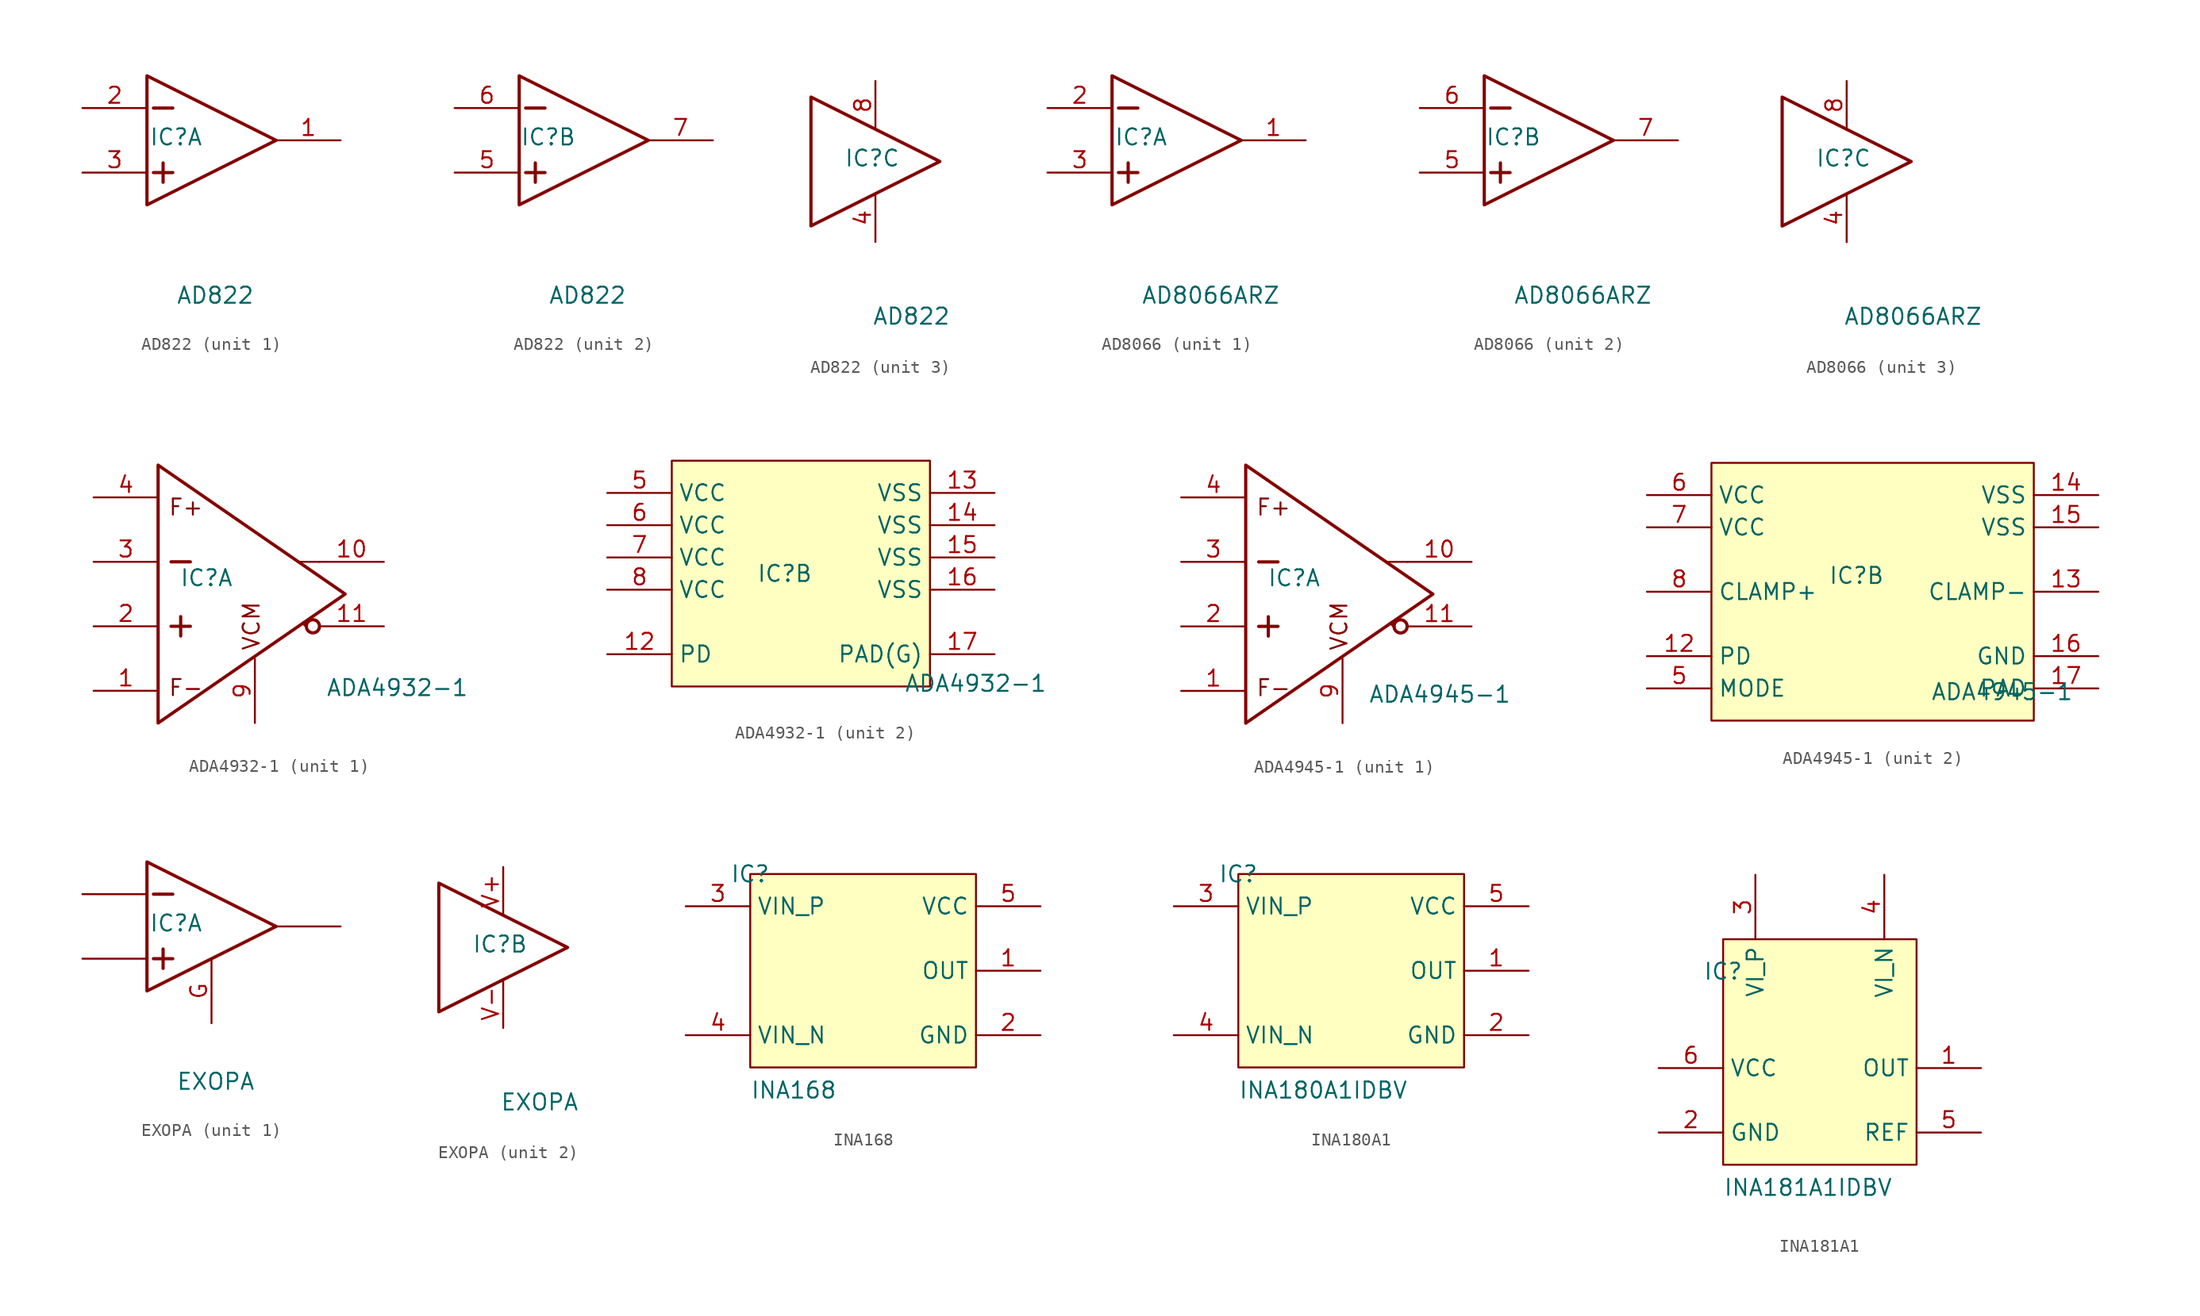
<source format=kicad_sym>
(kicad_symbol_lib
  (version 20231120)
  (generator "kicad_symbol_editor")
  (generator_version "8.0")
  (symbol "AD822"
    (property "Reference" "IC"
      (at -0.254 0.254 0)
      (effects (font (size 1.27 1.27))))
    (property "Value" "AD822"
      (at -0.254 -12.954 0)
      (effects (font (size 1.27 1.27)) (justify left bottom)))
    (symbol "AD822_1_0"
      (polyline (pts (xy -2.032 -2.54) (xy -0.508 -2.54)) (stroke (width 0.254) (type solid)) (fill (type none)))
      (polyline (pts (xy -2.032 2.54) (xy -0.508 2.54)) (stroke (width 0.254) (type solid)) (fill (type none)))
      (polyline (pts (xy -1.27 -1.778) (xy -1.27 -3.302)) (stroke (width 0.254) (type solid)) (fill (type none)))
      (polyline (pts (xy -2.54 -5.08) (xy -2.54 5.08) (xy 7.62 0) (xy -2.54 -5.08)) (stroke (width 0.254) (type solid)) (fill (type none)))
      (pin passive line (at 12.7 0 180) (length 5.08) (name "OUT" (effects (font (size 0 0)))) (number "1" (effects (font (size 1.27 1.27)))))
      (pin passive line (at -7.62 2.54 0) (length 5.08) (name "IN-" (effects (font (size 0 0)))) (number "2" (effects (font (size 1.27 1.27)))))
      (pin passive line (at -7.62 -2.54 0) (length 5.08) (name "IN+" (effects (font (size 0 0)))) (number "3" (effects (font (size 1.27 1.27))))))
    (symbol "AD822_2_0"
      (polyline (pts (xy -2.032 -2.54) (xy -0.508 -2.54)) (stroke (width 0.254) (type solid)) (fill (type none)))
      (polyline (pts (xy -2.032 2.54) (xy -0.508 2.54)) (stroke (width 0.254) (type solid)) (fill (type none)))
      (polyline (pts (xy -1.27 -1.778) (xy -1.27 -3.302)) (stroke (width 0.254) (type solid)) (fill (type none)))
      (polyline (pts (xy -2.54 -5.08) (xy -2.54 5.08) (xy 7.62 0) (xy -2.54 -5.08)) (stroke (width 0.254) (type solid)) (fill (type none)))
      (pin passive line (at -7.62 -2.54 0) (length 5.08) (name "IN+" (effects (font (size 0 0)))) (number "5" (effects (font (size 1.27 1.27)))))
      (pin passive line (at -7.62 2.54 0) (length 5.08) (name "IN-" (effects (font (size 0 0)))) (number "6" (effects (font (size 1.27 1.27)))))
      (pin passive line (at 12.7 0 180) (length 5.08) (name "OUT" (effects (font (size 0 0)))) (number "7" (effects (font (size 1.27 1.27))))))
    (symbol "AD822_3_0"
      (polyline (pts (xy -5.08 -5.08) (xy -5.08 5.08) (xy 5.08 0) (xy -5.08 -5.08)) (stroke (width 0.254) (type solid)) (fill (type none)))
      (pin power_in line (at 0 -6.35 90) (length 3.81) (name "V-" (effects (font (size 0 0)))) (number "4" (effects (font (size 1.27 1.27)))))
      (pin power_in line (at 0 6.35 270) (length 3.81) (name "V+" (effects (font (size 0 0)))) (number "8" (effects (font (size 1.27 1.27)))))))
  (symbol "AD8066"
    (property "Reference" "IC"
      (at -0.254 0.254 0)
      (effects (font (size 1.27 1.27))))
    (property "Value" "AD8066ARZ"
      (at -0.254 -12.954 0)
      (effects (font (size 1.27 1.27)) (justify left bottom)))
    (symbol "AD8066_1_0"
      (polyline (pts (xy -2.032 -2.54) (xy -0.508 -2.54)) (stroke (width 0.254) (type solid)) (fill (type none)))
      (polyline (pts (xy -2.032 2.54) (xy -0.508 2.54)) (stroke (width 0.254) (type solid)) (fill (type none)))
      (polyline (pts (xy -1.27 -1.778) (xy -1.27 -3.302)) (stroke (width 0.254) (type solid)) (fill (type none)))
      (polyline (pts (xy -2.54 -5.08) (xy -2.54 5.08) (xy 7.62 0) (xy -2.54 -5.08)) (stroke (width 0.254) (type solid)) (fill (type none)))
      (pin passive line (at 12.7 0 180) (length 5.08) (name "OUT" (effects (font (size 0 0)))) (number "1" (effects (font (size 1.27 1.27)))))
      (pin passive line (at -7.62 2.54 0) (length 5.08) (name "IN-" (effects (font (size 0 0)))) (number "2" (effects (font (size 1.27 1.27)))))
      (pin passive line (at -7.62 -2.54 0) (length 5.08) (name "IN+" (effects (font (size 0 0)))) (number "3" (effects (font (size 1.27 1.27))))))
    (symbol "AD8066_2_0"
      (polyline (pts (xy -2.032 -2.54) (xy -0.508 -2.54)) (stroke (width 0.254) (type solid)) (fill (type none)))
      (polyline (pts (xy -2.032 2.54) (xy -0.508 2.54)) (stroke (width 0.254) (type solid)) (fill (type none)))
      (polyline (pts (xy -1.27 -1.778) (xy -1.27 -3.302)) (stroke (width 0.254) (type solid)) (fill (type none)))
      (polyline (pts (xy -2.54 -5.08) (xy -2.54 5.08) (xy 7.62 0) (xy -2.54 -5.08)) (stroke (width 0.254) (type solid)) (fill (type none)))
      (pin passive line (at -7.62 -2.54 0) (length 5.08) (name "IN+" (effects (font (size 0 0)))) (number "5" (effects (font (size 1.27 1.27)))))
      (pin passive line (at -7.62 2.54 0) (length 5.08) (name "IN-" (effects (font (size 0 0)))) (number "6" (effects (font (size 1.27 1.27)))))
      (pin passive line (at 12.7 0 180) (length 5.08) (name "OUT" (effects (font (size 0 0)))) (number "7" (effects (font (size 1.27 1.27))))))
    (symbol "AD8066_3_0"
      (polyline (pts (xy -5.08 -5.08) (xy -5.08 5.08) (xy 5.08 0) (xy -5.08 -5.08)) (stroke (width 0.254) (type solid)) (fill (type none)))
      (pin power_in line (at 0 -6.35 90) (length 3.81) (name "V-" (effects (font (size 0 0)))) (number "4" (effects (font (size 1.27 1.27)))))
      (pin power_in line (at 0 6.35 270) (length 3.81) (name "V+" (effects (font (size 0 0)))) (number "8" (effects (font (size 1.27 1.27)))))))
  (symbol "ADA4932-1"
    (property "Reference" "IC"
      (at -1.27 1.27 0)
      (effects (font (size 1.27 1.27))))
    (property "Value" "ADA4932-1"
      (at 8.128 -8.128 0)
      (effects (font (size 1.27 1.27)) (justify left bottom)))
    (symbol "ADA4932-1_1_0"
      (polyline (pts (xy -4.064 -2.54) (xy -2.54 -2.54)) (stroke (width 0.254) (type solid)) (fill (type none)))
      (polyline (pts (xy -4.064 2.54) (xy -2.54 2.54)) (stroke (width 0.254) (type solid)) (fill (type none)))
      (polyline (pts (xy -3.302 -1.778) (xy -3.302 -3.302)) (stroke (width 0.254) (type solid)) (fill (type none)))
      (polyline (pts (xy 6.604 -2.54) (xy 6.35 -2.286)) (stroke (width 0.254) (type solid)) (fill (type none)))
      (polyline (pts (xy 7.62 2.54) (xy 6.096 2.54)) (stroke (width 0) (type solid)) (fill (type none)))
      (polyline (pts (xy -5.08 -10.16) (xy 9.652 0) (xy -5.08 10.16) (xy -5.08 -10.16)) (stroke (width 0.254) (type solid)) (fill (type none)))
      (circle (center 7.112 -2.54) (radius 0.517) (stroke (width 0.254) (type solid)) (fill (type none)))
      (text "F+" (at -4.318 6.096 0) (effects (font (size 1.27 1.27)) (justify left bottom)))
      (text "F-" (at -4.318 -8.128 0) (effects (font (size 1.27 1.27)) (justify left bottom)))
      (text "VCM" (at 1.524 -0.508 900) (effects (font (size 1.27 1.27)) (justify right top)))
      (pin passive line (at -10.16 -7.62 0) (length 5.08) (name "FB-" (effects (font (size 0 0)))) (number "1" (effects (font (size 1.27 1.27)))))
      (pin passive line (at 12.7 2.54 180) (length 5.08) (name "VOUT+" (effects (font (size 0 0)))) (number "10" (effects (font (size 1.27 1.27)))))
      (pin passive line (at 12.7 -2.54 180) (length 5.08) (name "VOUT-" (effects (font (size 0 0)))) (number "11" (effects (font (size 1.27 1.27)))))
      (pin passive line (at -10.16 -2.54 0) (length 5.08) (name "VIN+" (effects (font (size 0 0)))) (number "2" (effects (font (size 1.27 1.27)))))
      (pin passive line (at -10.16 2.54 0) (length 5.08) (name "VIN-" (effects (font (size 0 0)))) (number "3" (effects (font (size 1.27 1.27)))))
      (pin passive line (at -10.16 7.62 0) (length 5.08) (name "FB+" (effects (font (size 0 0)))) (number "4" (effects (font (size 1.27 1.27)))))
      (pin passive line (at 2.54 -10.16 90) (length 5.08) (name "VOCM" (effects (font (size 0 0)))) (number "9" (effects (font (size 1.27 1.27))))))
    (symbol "ADA4932-1_2_0"
      (rectangle (start -10.16 10.16) (end 10.16 -7.62) (stroke (width 0) (type solid) (color 128 0 0 1)) (fill (type background)))
      (pin passive line (at -15.24 -5.08 0) (length 5.08) (name "PD" (effects (font (size 1.27 1.27)))) (number "12" (effects (font (size 1.27 1.27)))))
      (pin passive line (at 15.24 7.62 180) (length 5.08) (name "VSS" (effects (font (size 1.27 1.27)))) (number "13" (effects (font (size 1.27 1.27)))))
      (pin passive line (at 15.24 5.08 180) (length 5.08) (name "VSS" (effects (font (size 1.27 1.27)))) (number "14" (effects (font (size 1.27 1.27)))))
      (pin passive line (at 15.24 2.54 180) (length 5.08) (name "VSS" (effects (font (size 1.27 1.27)))) (number "15" (effects (font (size 1.27 1.27)))))
      (pin passive line (at 15.24 0 180) (length 5.08) (name "VSS" (effects (font (size 1.27 1.27)))) (number "16" (effects (font (size 1.27 1.27)))))
      (pin passive line (at 15.24 -5.08 180) (length 5.08) (name "PAD(G)" (effects (font (size 1.27 1.27)))) (number "17" (effects (font (size 1.27 1.27)))))
      (pin passive line (at -15.24 7.62 0) (length 5.08) (name "VCC" (effects (font (size 1.27 1.27)))) (number "5" (effects (font (size 1.27 1.27)))))
      (pin passive line (at -15.24 5.08 0) (length 5.08) (name "VCC" (effects (font (size 1.27 1.27)))) (number "6" (effects (font (size 1.27 1.27)))))
      (pin passive line (at -15.24 2.54 0) (length 5.08) (name "VCC" (effects (font (size 1.27 1.27)))) (number "7" (effects (font (size 1.27 1.27)))))
      (pin passive line (at -15.24 0 0) (length 5.08) (name "VCC" (effects (font (size 1.27 1.27)))) (number "8" (effects (font (size 1.27 1.27)))))))
  (symbol "ADA4945-1"
    (property "Reference" "IC"
      (at -1.27 1.27 0)
      (effects (font (size 1.27 1.27))))
    (property "Value" "ADA4945-1"
      (at 4.572 -8.636 0)
      (effects (font (size 1.27 1.27)) (justify left bottom)))
    (symbol "ADA4945-1_1_0"
      (polyline (pts (xy -4.064 -2.54) (xy -2.54 -2.54)) (stroke (width 0.254) (type solid)) (fill (type none)))
      (polyline (pts (xy -4.064 2.54) (xy -2.54 2.54)) (stroke (width 0.254) (type solid)) (fill (type none)))
      (polyline (pts (xy -3.302 -1.778) (xy -3.302 -3.302)) (stroke (width 0.254) (type solid)) (fill (type none)))
      (polyline (pts (xy 6.604 -2.54) (xy 6.35 -2.286)) (stroke (width 0.254) (type solid)) (fill (type none)))
      (polyline (pts (xy 7.62 2.54) (xy 6.096 2.54)) (stroke (width 0) (type solid)) (fill (type none)))
      (polyline (pts (xy -5.08 -10.16) (xy 9.652 0) (xy -5.08 10.16) (xy -5.08 -10.16)) (stroke (width 0.254) (type solid)) (fill (type none)))
      (circle (center 7.112 -2.54) (radius 0.517) (stroke (width 0.254) (type solid)) (fill (type none)))
      (text "F+" (at -4.318 6.096 0) (effects (font (size 1.27 1.27)) (justify left bottom)))
      (text "F-" (at -4.318 -8.128 0) (effects (font (size 1.27 1.27)) (justify left bottom)))
      (text "VCM" (at 1.524 -0.508 900) (effects (font (size 1.27 1.27)) (justify right top)))
      (pin passive line (at -10.16 -7.62 0) (length 5.08) (name "FB-" (effects (font (size 0 0)))) (number "1" (effects (font (size 1.27 1.27)))))
      (pin passive line (at 12.7 2.54 180) (length 5.08) (name "VOUT+" (effects (font (size 0 0)))) (number "10" (effects (font (size 1.27 1.27)))))
      (pin passive line (at 12.7 -2.54 180) (length 5.08) (name "VOUT-" (effects (font (size 0 0)))) (number "11" (effects (font (size 1.27 1.27)))))
      (pin passive line (at -10.16 -2.54 0) (length 5.08) (name "VIN+" (effects (font (size 0 0)))) (number "2" (effects (font (size 1.27 1.27)))))
      (pin passive line (at -10.16 2.54 0) (length 5.08) (name "VIN-" (effects (font (size 0 0)))) (number "3" (effects (font (size 1.27 1.27)))))
      (pin passive line (at -10.16 7.62 0) (length 5.08) (name "FB+" (effects (font (size 0 0)))) (number "4" (effects (font (size 1.27 1.27)))))
      (pin passive line (at 2.54 -10.16 90) (length 5.08) (name "VOCM" (effects (font (size 0 0)))) (number "9" (effects (font (size 1.27 1.27))))))
    (symbol "ADA4945-1_2_0"
      (rectangle (start -12.7 10.16) (end 12.7 -10.16) (stroke (width 0) (type solid) (color 128 0 0 1)) (fill (type background)))
      (pin passive line (at -17.78 -5.08 0) (length 5.08) (name "PD" (effects (font (size 1.27 1.27)))) (number "12" (effects (font (size 1.27 1.27)))))
      (pin passive line (at 17.78 0 180) (length 5.08) (name "CLAMP-" (effects (font (size 1.27 1.27)))) (number "13" (effects (font (size 1.27 1.27)))))
      (pin passive line (at 17.78 7.62 180) (length 5.08) (name "VSS" (effects (font (size 1.27 1.27)))) (number "14" (effects (font (size 1.27 1.27)))))
      (pin passive line (at 17.78 5.08 180) (length 5.08) (name "VSS" (effects (font (size 1.27 1.27)))) (number "15" (effects (font (size 1.27 1.27)))))
      (pin passive line (at 17.78 -5.08 180) (length 5.08) (name "GND" (effects (font (size 1.27 1.27)))) (number "16" (effects (font (size 1.27 1.27)))))
      (pin passive line (at 17.78 -7.62 180) (length 5.08) (name "PAD" (effects (font (size 1.27 1.27)))) (number "17" (effects (font (size 1.27 1.27)))))
      (pin input line (at -17.78 -7.62 0) (length 5.08) (name "MODE" (effects (font (size 1.27 1.27)))) (number "5" (effects (font (size 1.27 1.27)))))
      (pin passive line (at -17.78 7.62 0) (length 5.08) (name "VCC" (effects (font (size 1.27 1.27)))) (number "6" (effects (font (size 1.27 1.27)))))
      (pin passive line (at -17.78 5.08 0) (length 5.08) (name "VCC" (effects (font (size 1.27 1.27)))) (number "7" (effects (font (size 1.27 1.27)))))
      (pin passive line (at -17.78 0 0) (length 5.08) (name "CLAMP+" (effects (font (size 1.27 1.27)))) (number "8" (effects (font (size 1.27 1.27)))))))
  (symbol "EXOPA"
    (property "Reference" "IC"
      (at -0.254 0.254 0)
      (effects (font (size 1.27 1.27))))
    (property "Value" "EXOPA"
      (at -0.254 -12.954 0)
      (effects (font (size 1.27 1.27)) (justify left bottom)))
    (symbol "EXOPA_1_0"
      (polyline (pts (xy -2.032 -2.54) (xy -0.508 -2.54)) (stroke (width 0.254) (type solid)) (fill (type none)))
      (polyline (pts (xy -2.032 2.54) (xy -0.508 2.54)) (stroke (width 0.254) (type solid)) (fill (type none)))
      (polyline (pts (xy -1.27 -1.778) (xy -1.27 -3.302)) (stroke (width 0.254) (type solid)) (fill (type none)))
      (polyline (pts (xy -2.54 -5.08) (xy -2.54 5.08) (xy 7.62 0) (xy -2.54 -5.08)) (stroke (width 0.254) (type solid)) (fill (type none)))
      (pin passive line (at 2.54 -7.62 90) (length 5.08) (name "IN+" (effects (font (size 0 0)))) (number "G" (effects (font (size 1.27 1.27)))))
      (pin passive line (at -7.62 -2.54 0) (length 5.08) (name "IN+" (effects (font (size 0 0)))) (number "IN+" (effects (font (size 0 0)))))
      (pin passive line (at -7.62 2.54 0) (length 5.08) (name "IN-" (effects (font (size 0 0)))) (number "IN-" (effects (font (size 0 0)))))
      (pin passive line (at 12.7 0 180) (length 5.08) (name "OUT" (effects (font (size 0 0)))) (number "OUT" (effects (font (size 0 0))))))
    (symbol "EXOPA_2_0"
      (polyline (pts (xy -5.08 -5.08) (xy -5.08 5.08) (xy 5.08 0) (xy -5.08 -5.08)) (stroke (width 0.254) (type solid)) (fill (type none)))
      (pin power_in line (at 0 6.35 270) (length 3.81) (name "V+" (effects (font (size 0 0)))) (number "V+" (effects (font (size 1.27 1.27)))))
      (pin power_in line (at 0 -6.35 90) (length 3.81) (name "V-" (effects (font (size 0 0)))) (number "V-" (effects (font (size 1.27 1.27)))))))
  (symbol "INA168"
    (property "Reference" "IC"
      (at -7.62 7.62 0)
      (effects (font (size 1.27 1.27))))
    (property "Value" "INA168"
      (at -7.62 -10.16 0)
      (effects (font (size 1.27 1.27)) (justify left bottom)))
    (symbol "INA168_1_0"
      (rectangle (start -7.62 7.62) (end 10.16 -7.62) (stroke (width 0) (type solid) (color 128 0 0 1)) (fill (type background)))
      (pin passive line (at 15.24 0 180) (length 5.08) (name "OUT" (effects (font (size 1.27 1.27)))) (number "1" (effects (font (size 1.27 1.27)))))
      (pin passive line (at 15.24 -5.08 180) (length 5.08) (name "GND" (effects (font (size 1.27 1.27)))) (number "2" (effects (font (size 1.27 1.27)))))
      (pin passive line (at -12.7 5.08 0) (length 5.08) (name "VIN_P" (effects (font (size 1.27 1.27)))) (number "3" (effects (font (size 1.27 1.27)))))
      (pin passive line (at -12.7 -5.08 0) (length 5.08) (name "VIN_N" (effects (font (size 1.27 1.27)))) (number "4" (effects (font (size 1.27 1.27)))))
      (pin passive line (at 15.24 5.08 180) (length 5.08) (name "VCC" (effects (font (size 1.27 1.27)))) (number "5" (effects (font (size 1.27 1.27)))))))
  (symbol "INA180A1"
    (property "Reference" "IC"
      (at -7.62 7.62 0)
      (effects (font (size 1.27 1.27))))
    (property "Value" "INA180A1IDBV"
      (at -7.62 -10.16 0)
      (effects (font (size 1.27 1.27)) (justify left bottom)))
    (symbol "INA180A1_1_0"
      (rectangle (start -7.62 7.62) (end 10.16 -7.62) (stroke (width 0) (type solid) (color 128 0 0 1)) (fill (type background)))
      (pin passive line (at 15.24 0 180) (length 5.08) (name "OUT" (effects (font (size 1.27 1.27)))) (number "1" (effects (font (size 1.27 1.27)))))
      (pin passive line (at 15.24 -5.08 180) (length 5.08) (name "GND" (effects (font (size 1.27 1.27)))) (number "2" (effects (font (size 1.27 1.27)))))
      (pin passive line (at -12.7 5.08 0) (length 5.08) (name "VIN_P" (effects (font (size 1.27 1.27)))) (number "3" (effects (font (size 1.27 1.27)))))
      (pin passive line (at -12.7 -5.08 0) (length 5.08) (name "VIN_N" (effects (font (size 1.27 1.27)))) (number "4" (effects (font (size 1.27 1.27)))))
      (pin passive line (at 15.24 5.08 180) (length 5.08) (name "VCC" (effects (font (size 1.27 1.27)))) (number "5" (effects (font (size 1.27 1.27)))))))
  (symbol "INA181A1"
    (property "Reference" "IC"
      (at -7.62 7.62 0)
      (effects (font (size 1.27 1.27))))
    (property "Value" "INA181A1IDBV"
      (at -7.62 -10.16 0)
      (effects (font (size 1.27 1.27)) (justify left bottom)))
    (symbol "INA181A1_1_0"
      (rectangle (start -7.62 10.16) (end 7.62 -7.62) (stroke (width 0) (type solid) (color 128 0 0 1)) (fill (type background)))
      (pin passive line (at 12.7 0 180) (length 5.08) (name "OUT" (effects (font (size 1.27 1.27)))) (number "1" (effects (font (size 1.27 1.27)))))
      (pin passive line (at -12.7 -5.08 0) (length 5.08) (name "GND" (effects (font (size 1.27 1.27)))) (number "2" (effects (font (size 1.27 1.27)))))
      (pin passive line (at -5.08 15.24 270) (length 5.08) (name "VI_P" (effects (font (size 1.27 1.27)))) (number "3" (effects (font (size 1.27 1.27)))))
      (pin passive line (at 5.08 15.24 270) (length 5.08) (name "VI_N" (effects (font (size 1.27 1.27)))) (number "4" (effects (font (size 1.27 1.27)))))
      (pin passive line (at 12.7 -5.08 180) (length 5.08) (name "REF" (effects (font (size 1.27 1.27)))) (number "5" (effects (font (size 1.27 1.27)))))
      (pin passive line (at -12.7 0 0) (length 5.08) (name "VCC" (effects (font (size 1.27 1.27)))) (number "6" (effects (font (size 1.27 1.27))))))))
</source>
